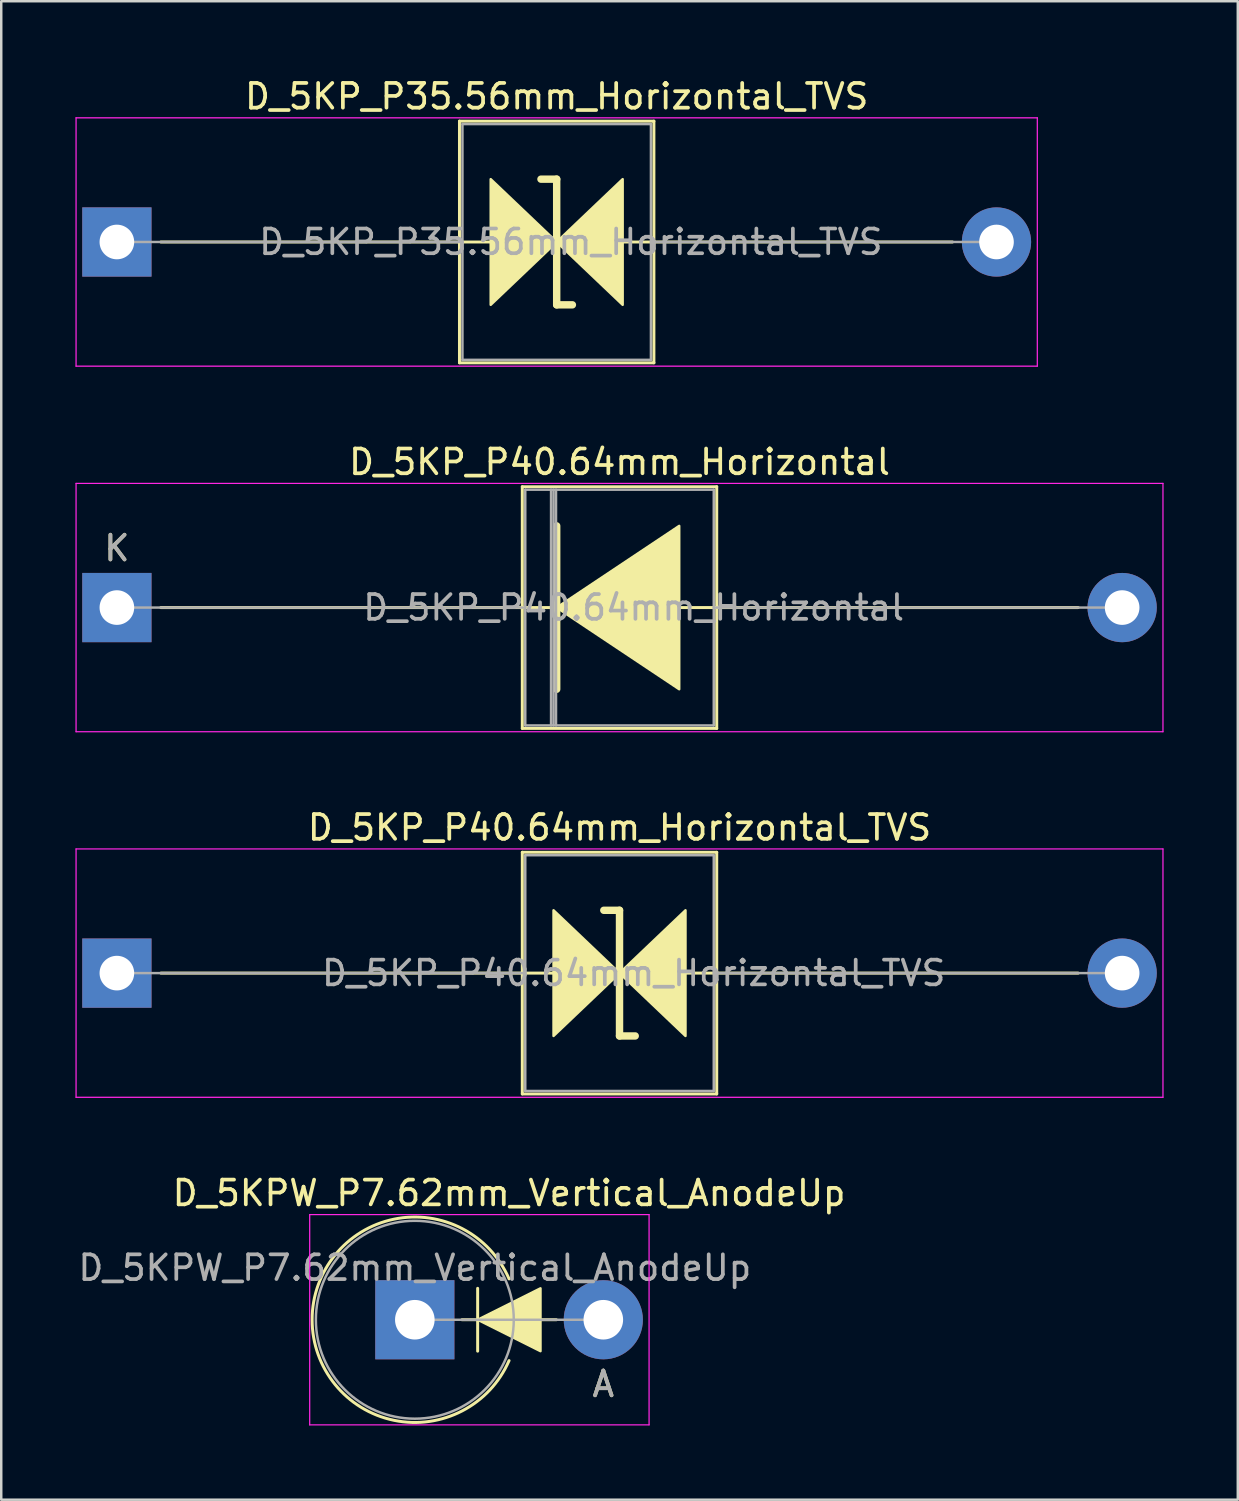
<source format=kicad_pcb>
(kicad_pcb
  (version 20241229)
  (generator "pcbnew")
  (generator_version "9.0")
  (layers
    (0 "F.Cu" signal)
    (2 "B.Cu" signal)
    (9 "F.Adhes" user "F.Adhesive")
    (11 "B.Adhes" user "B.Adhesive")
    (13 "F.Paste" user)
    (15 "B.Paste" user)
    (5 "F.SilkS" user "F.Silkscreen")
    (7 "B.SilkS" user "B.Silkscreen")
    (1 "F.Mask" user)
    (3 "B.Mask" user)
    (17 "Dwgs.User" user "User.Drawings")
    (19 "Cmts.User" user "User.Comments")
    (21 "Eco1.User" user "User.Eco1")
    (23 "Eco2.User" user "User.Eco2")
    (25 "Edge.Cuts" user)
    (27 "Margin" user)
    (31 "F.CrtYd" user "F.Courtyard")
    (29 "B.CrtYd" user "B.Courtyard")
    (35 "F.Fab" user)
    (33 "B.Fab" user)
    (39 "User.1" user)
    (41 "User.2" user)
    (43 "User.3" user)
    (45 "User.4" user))
  (footprint "D_5KPW_P7.62mm_Vertical_AnodeUp"
    (layer "F.Cu")
    (at 13.72 50.303)
    (property "Reference" "D_5KPW_P7.62mm_Vertical_AnodeUp" (at 3.81 -5.12 0) (layer "F.SilkS") (effects (font (size 1 1) (thickness 0.15))))
    (attr through_hole)
    (fp_line (start 1.905 0) (end 5.72 0) (stroke (width 0.12) (type solid)) (layer "F.SilkS"))
    (fp_line (start 2.54 1.27) (end 2.54 -1.27) (stroke (width 0.12) (type solid)) (layer "F.SilkS"))
    (fp_arc (start 3.809999 1.651) (mid -4.152336 0) (end 3.809999 -1.650999) (stroke (width 0.12) (type solid)) (layer "F.SilkS"))
    (fp_poly (pts (xy 5.08 1.27) (xy 2.54 0) (xy 5.08 -1.27)) (stroke (width 0.1) (type solid)) (fill yes) (layer "F.SilkS"))
    (fp_line (start -4.25 -4.25) (end -4.25 4.25) (stroke (width 0.05) (type solid)) (layer "F.CrtYd"))
    (fp_line (start -4.25 4.25) (end 9.47 4.25) (stroke (width 0.05) (type solid)) (layer "F.CrtYd"))
    (fp_line (start 9.47 -4.25) (end -4.25 -4.25) (stroke (width 0.05) (type solid)) (layer "F.CrtYd"))
    (fp_line (start 9.47 4.25) (end 9.47 -4.25) (stroke (width 0.05) (type solid)) (layer "F.CrtYd"))
    (fp_line (start 0 0) (end 7.62 0) (stroke (width 0.1) (type solid)) (layer "F.Fab"))
    (fp_circle (center 0 0) (end 4 0) (stroke (width 0.1) (type solid)) (fill no) (layer "F.Fab"))
    (fp_text user "A" (at 7.62 2.6 0) (layer "F.SilkS") (effects (font (size 1 1) (thickness 0.15))))
    (fp_text user "A" (at 7.62 2.6 0) (layer "F.Fab") (effects (font (size 1 1) (thickness 0.15))))
    (fp_text user "${REFERENCE}" (at 0 -2.1 0) (layer "F.Fab") (effects (font (size 1 1) (thickness 0.15))))
    (pad "1" thru_hole rect (at 0 0) (size 3.2 3.2) (drill 1.6) (layers "*.Cu" "*.Mask"))
    (pad "2" thru_hole oval (at 7.62 0) (size 3.2 3.2) (drill 1.6) (layers "*.Cu" "*.Mask")))
  (footprint "D_5KP_P35.56mm_Horizontal_TVS"
    (layer "F.Cu")
    (at 1.675 6.733)
    (property "Reference" "D_5KP_P35.56mm_Horizontal_TVS" (at 17.78 -5.885 0) (layer "F.SilkS") (effects (font (size 1 1) (thickness 0.15))))
    (attr through_hole)
    (fp_line (start 1.778 0) (end 15.113 0) (stroke (width 0.12) (type solid)) (layer "F.SilkS"))
    (fp_line (start 13.85 -4.885) (end 13.85 4.885) (stroke (width 0.12) (type solid)) (layer "F.SilkS"))
    (fp_line (start 13.85 4.885) (end 21.71 4.885) (stroke (width 0.12) (type solid)) (layer "F.SilkS"))
    (fp_line (start 17.78 -2.54) (end 17.145 -2.54) (stroke (width 0.3) (type solid)) (layer "F.SilkS"))
    (fp_line (start 17.78 2.54) (end 17.78 -2.54) (stroke (width 0.3) (type solid)) (layer "F.SilkS"))
    (fp_line (start 18.415 2.54) (end 17.78 2.54) (stroke (width 0.3) (type solid)) (layer "F.SilkS"))
    (fp_line (start 21.71 -4.885) (end 13.85 -4.885) (stroke (width 0.12) (type solid)) (layer "F.SilkS"))
    (fp_line (start 21.71 4.885) (end 21.71 -4.885) (stroke (width 0.12) (type solid)) (layer "F.SilkS"))
    (fp_line (start 33.782 0) (end 20.447 0) (stroke (width 0.12) (type solid)) (layer "F.SilkS"))
    (fp_poly (pts (xy 17.78 0) (xy 15.113 2.54) (xy 15.113 -2.54)) (stroke (width 0.1) (type solid)) (fill yes) (layer "F.SilkS"))
    (fp_poly (pts (xy 17.78 0) (xy 20.447 -2.54) (xy 20.447 2.54)) (stroke (width 0.1) (type solid)) (fill yes) (layer "F.SilkS"))
    (fp_line (start -1.65 -5.02) (end -1.65 5.02) (stroke (width 0.05) (type solid)) (layer "F.CrtYd"))
    (fp_line (start -1.65 5.02) (end 37.21 5.02) (stroke (width 0.05) (type solid)) (layer "F.CrtYd"))
    (fp_line (start 37.21 -5.02) (end -1.65 -5.02) (stroke (width 0.05) (type solid)) (layer "F.CrtYd"))
    (fp_line (start 37.21 5.02) (end 37.21 -5.02) (stroke (width 0.05) (type solid)) (layer "F.CrtYd"))
    (fp_line (start 0 0) (end 13.97 0) (stroke (width 0.1) (type solid)) (layer "F.Fab"))
    (fp_line (start 13.97 -4.765) (end 13.97 4.765) (stroke (width 0.1) (type solid)) (layer "F.Fab"))
    (fp_line (start 13.97 4.765) (end 21.59 4.765) (stroke (width 0.1) (type solid)) (layer "F.Fab"))
    (fp_line (start 21.59 -4.765) (end 13.97 -4.765) (stroke (width 0.1) (type solid)) (layer "F.Fab"))
    (fp_line (start 21.59 4.765) (end 21.59 -4.765) (stroke (width 0.1) (type solid)) (layer "F.Fab"))
    (fp_line (start 35.56 0) (end 21.59 0) (stroke (width 0.1) (type solid)) (layer "F.Fab"))
    (fp_text user "${REFERENCE}" (at 18.352 0 0) (layer "F.Fab") (effects (font (size 1 1) (thickness 0.15))))
    (pad "1" thru_hole rect (at 0 0) (size 2.8 2.8) (drill 1.4) (layers "*.Cu" "*.Mask"))
    (pad "2" thru_hole oval (at 35.56 0) (size 2.8 2.8) (drill 1.4) (layers "*.Cu" "*.Mask")))
  (footprint "D_5KP_P40.64mm_Horizontal"
    (layer "F.Cu")
    (at 1.675 21.512)
    (property "Reference" "D_5KP_P40.64mm_Horizontal" (at 20.32 -5.885 0) (layer "F.SilkS") (effects (font (size 1 1) (thickness 0.15))))
    (attr through_hole)
    (fp_line (start 1.778 0) (end 17.653 0) (stroke (width 0.12) (type solid)) (layer "F.SilkS"))
    (fp_line (start 16.39 -4.885) (end 16.39 4.885) (stroke (width 0.12) (type solid)) (layer "F.SilkS"))
    (fp_line (start 16.39 4.885) (end 24.25 4.885) (stroke (width 0.12) (type solid)) (layer "F.SilkS"))
    (fp_line (start 17.78 -3.302) (end 17.78 3.302) (stroke (width 0.3) (type solid)) (layer "F.SilkS"))
    (fp_line (start 24.25 -4.885) (end 16.39 -4.885) (stroke (width 0.12) (type solid)) (layer "F.SilkS"))
    (fp_line (start 24.25 4.885) (end 24.25 -4.885) (stroke (width 0.12) (type solid)) (layer "F.SilkS"))
    (fp_line (start 38.862 0) (end 22.77 0) (stroke (width 0.12) (type solid)) (layer "F.SilkS"))
    (fp_poly (pts (xy 22.733 3.302) (xy 17.78 0) (xy 22.733 -3.302)) (stroke (width 0.1) (type solid)) (fill yes) (layer "F.SilkS"))
    (fp_line (start -1.65 -5.02) (end -1.65 5.02) (stroke (width 0.05) (type solid)) (layer "F.CrtYd"))
    (fp_line (start -1.65 5.02) (end 42.29 5.02) (stroke (width 0.05) (type solid)) (layer "F.CrtYd"))
    (fp_line (start 42.29 -5.02) (end -1.65 -5.02) (stroke (width 0.05) (type solid)) (layer "F.CrtYd"))
    (fp_line (start 42.29 5.02) (end 42.29 -5.02) (stroke (width 0.05) (type solid)) (layer "F.CrtYd"))
    (fp_line (start 0 0) (end 16.51 0) (stroke (width 0.1) (type solid)) (layer "F.Fab"))
    (fp_line (start 16.51 -4.765) (end 16.51 4.765) (stroke (width 0.1) (type solid)) (layer "F.Fab"))
    (fp_line (start 16.51 4.765) (end 24.13 4.765) (stroke (width 0.1) (type solid)) (layer "F.Fab"))
    (fp_line (start 17.553 -4.765) (end 17.553 4.765) (stroke (width 0.1) (type solid)) (layer "F.Fab"))
    (fp_line (start 17.653 -4.765) (end 17.653 4.765) (stroke (width 0.1) (type solid)) (layer "F.Fab"))
    (fp_line (start 17.753 -4.765) (end 17.753 4.765) (stroke (width 0.1) (type solid)) (layer "F.Fab"))
    (fp_line (start 24.13 -4.765) (end 16.51 -4.765) (stroke (width 0.1) (type solid)) (layer "F.Fab"))
    (fp_line (start 24.13 4.765) (end 24.13 -4.765) (stroke (width 0.1) (type solid)) (layer "F.Fab"))
    (fp_line (start 40.64 0) (end 24.13 0) (stroke (width 0.1) (type solid)) (layer "F.Fab"))
    (fp_text user "K" (at 0 -2.4 0) (layer "F.SilkS") (effects (font (size 1 1) (thickness 0.15))))
    (fp_text user "K" (at 0 -2.4 0) (layer "F.Fab") (effects (font (size 1 1) (thickness 0.15))))
    (fp_text user "${REFERENCE}" (at 20.892 0 0) (layer "F.Fab") (effects (font (size 1 1) (thickness 0.15))))
    (pad "1" thru_hole rect (at 0 0) (size 2.8 2.8) (drill 1.4) (layers "*.Cu" "*.Mask"))
    (pad "2" thru_hole oval (at 40.64 0) (size 2.8 2.8) (drill 1.4) (layers "*.Cu" "*.Mask")))
  (footprint "D_5KP_P40.64mm_Horizontal_TVS"
    (layer "F.Cu")
    (at 1.675 36.29)
    (property "Reference" "D_5KP_P40.64mm_Horizontal_TVS" (at 20.32 -5.885 0) (layer "F.SilkS") (effects (font (size 1 1) (thickness 0.15))))
    (attr through_hole)
    (fp_line (start 1.778 0) (end 17.653 0) (stroke (width 0.12) (type solid)) (layer "F.SilkS"))
    (fp_line (start 16.39 -4.885) (end 16.39 4.885) (stroke (width 0.12) (type solid)) (layer "F.SilkS"))
    (fp_line (start 16.39 4.885) (end 24.25 4.885) (stroke (width 0.12) (type solid)) (layer "F.SilkS"))
    (fp_line (start 20.32 -2.54) (end 19.685 -2.54) (stroke (width 0.3) (type solid)) (layer "F.SilkS"))
    (fp_line (start 20.32 2.54) (end 20.32 -2.54) (stroke (width 0.3) (type solid)) (layer "F.SilkS"))
    (fp_line (start 20.955 2.54) (end 20.32 2.54) (stroke (width 0.3) (type solid)) (layer "F.SilkS"))
    (fp_line (start 24.25 -4.885) (end 16.39 -4.885) (stroke (width 0.12) (type solid)) (layer "F.SilkS"))
    (fp_line (start 24.25 4.885) (end 24.25 -4.885) (stroke (width 0.12) (type solid)) (layer "F.SilkS"))
    (fp_line (start 38.862 0) (end 22.987 0) (stroke (width 0.12) (type solid)) (layer "F.SilkS"))
    (fp_poly (pts (xy 20.32 0) (xy 17.653 2.54) (xy 17.653 -2.54)) (stroke (width 0.1) (type solid)) (fill yes) (layer "F.SilkS"))
    (fp_poly (pts (xy 20.32 0) (xy 22.987 -2.54) (xy 22.987 2.54)) (stroke (width 0.1) (type solid)) (fill yes) (layer "F.SilkS"))
    (fp_line (start -1.65 -5.02) (end -1.65 5.02) (stroke (width 0.05) (type solid)) (layer "F.CrtYd"))
    (fp_line (start -1.65 5.02) (end 42.29 5.02) (stroke (width 0.05) (type solid)) (layer "F.CrtYd"))
    (fp_line (start 42.29 -5.02) (end -1.65 -5.02) (stroke (width 0.05) (type solid)) (layer "F.CrtYd"))
    (fp_line (start 42.29 5.02) (end 42.29 -5.02) (stroke (width 0.05) (type solid)) (layer "F.CrtYd"))
    (fp_line (start 0 0) (end 16.51 0) (stroke (width 0.1) (type solid)) (layer "F.Fab"))
    (fp_line (start 16.51 -4.765) (end 16.51 4.765) (stroke (width 0.1) (type solid)) (layer "F.Fab"))
    (fp_line (start 16.51 4.765) (end 24.13 4.765) (stroke (width 0.1) (type solid)) (layer "F.Fab"))
    (fp_line (start 24.13 -4.765) (end 16.51 -4.765) (stroke (width 0.1) (type solid)) (layer "F.Fab"))
    (fp_line (start 24.13 4.765) (end 24.13 -4.765) (stroke (width 0.1) (type solid)) (layer "F.Fab"))
    (fp_line (start 40.64 0) (end 24.13 0) (stroke (width 0.1) (type solid)) (layer "F.Fab"))
    (fp_text user "${REFERENCE}" (at 20.892 0 0) (layer "F.Fab") (effects (font (size 1 1) (thickness 0.15))))
    (pad "1" thru_hole rect (at 0 0) (size 2.8 2.8) (drill 1.4) (layers "*.Cu" "*.Mask"))
    (pad "2" thru_hole oval (at 40.64 0) (size 2.8 2.8) (drill 1.4) (layers "*.Cu" "*.Mask")))
  (gr_rect
    (start -3 -3)
    (end 46.99 57.578)
    (stroke (width 0.1) (type default))
    (fill no)
    (layer "Edge.Cuts")))
</source>
